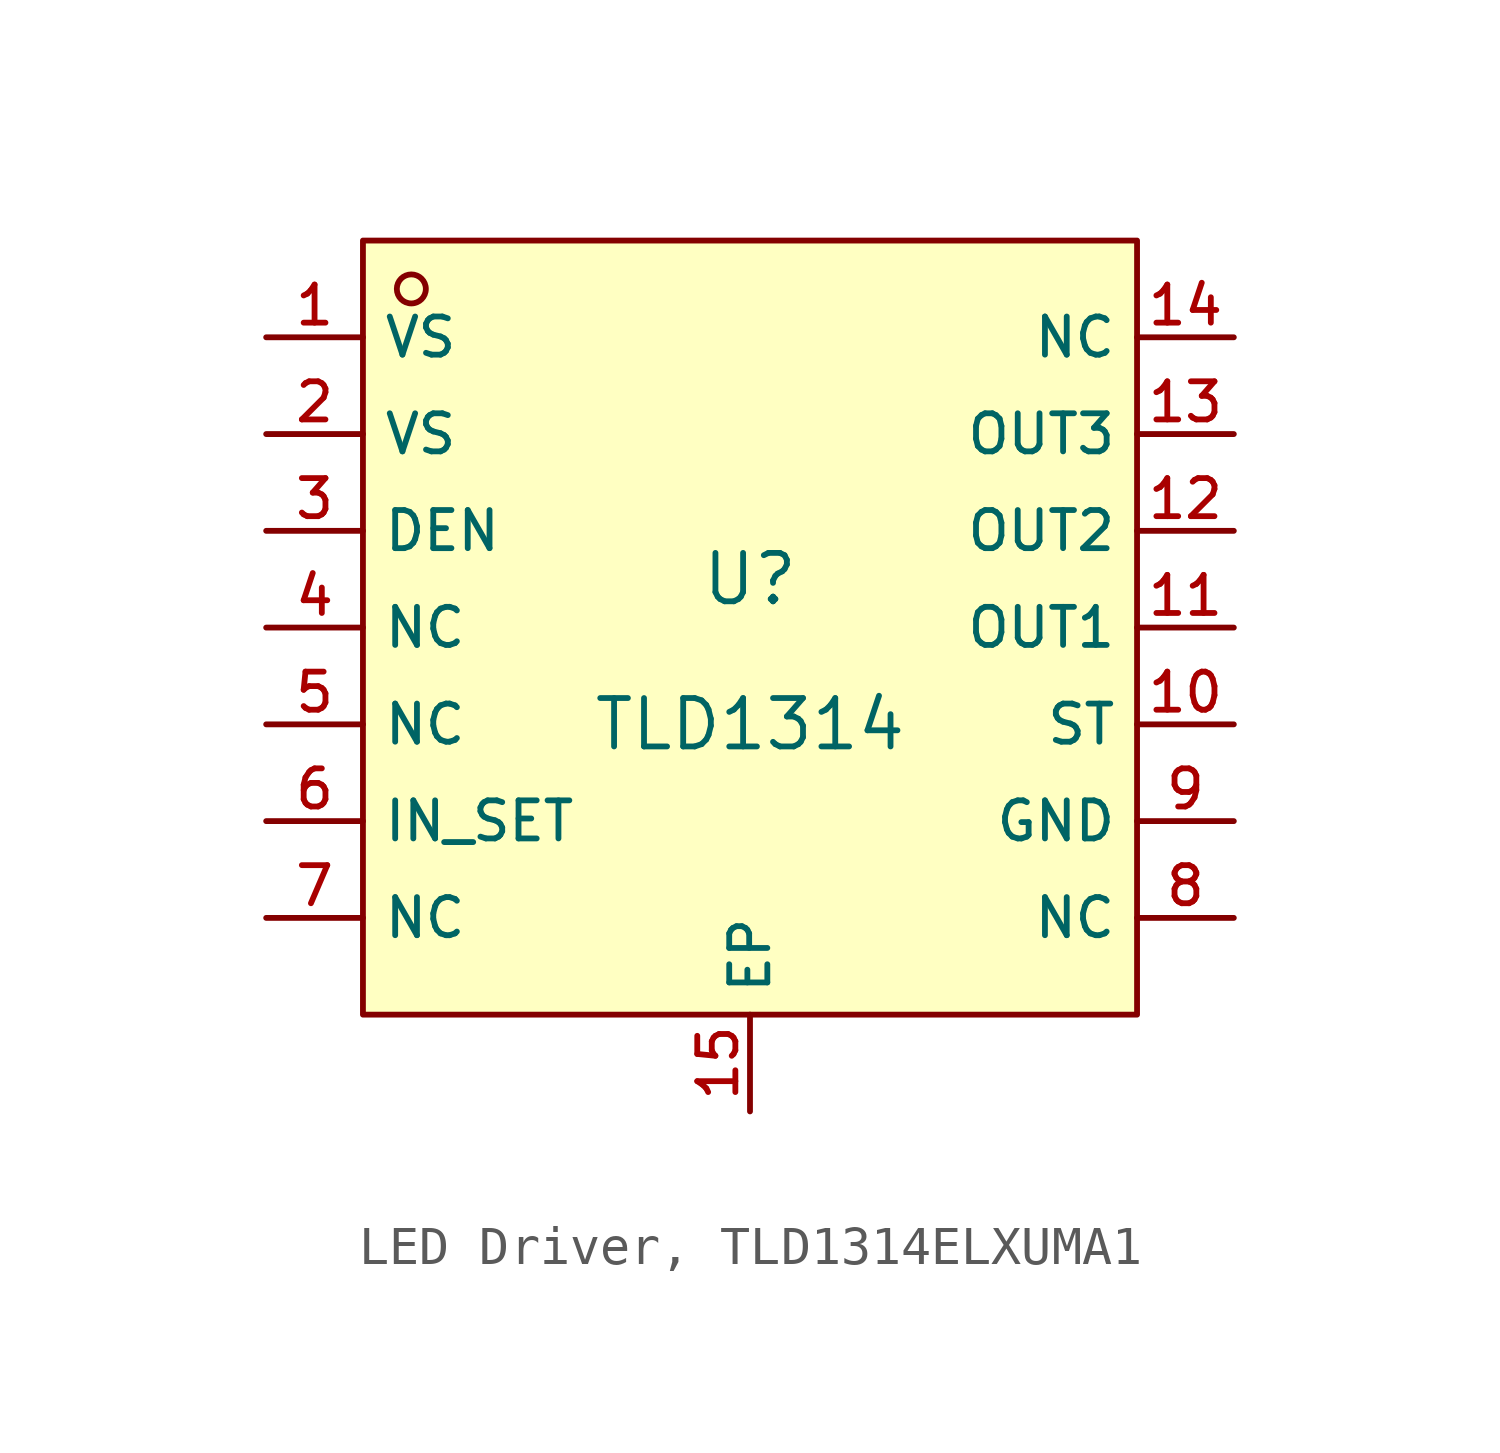
<source format=kicad_sym>
(kicad_symbol_lib
  (version 20231120)
  (generator "CDFER_Archive_Tool")
  (generator_version "0.0")
  (symbol "LED Driver, TLD1314ELXUMA1"
    (property "Reference" "U"
      (at 0 1.27 0)
      (effects (font (size 1.27 1.27))))
    (property "Value" "TLD1314"
      (at 0 -2.54 0)
      (effects (font (size 1.27 1.27))))
    (symbol "LED Driver, TLD1314ELXUMA1_0_1"
      (rectangle (start -10.16 10.16) (end 10.16 -10.16) (stroke (width 0) (type default)) (fill (type background)))
      (circle (center -8.89 8.89) (radius 0.381) (stroke (width 0) (type default)) (fill (type background)))
      (pin unspecified line (at -12.7 7.62 0) (length 2.54) (name "VS" (effects (font (size 1 1)))) (number "1" (effects (font (size 1 1)))))
      (pin unspecified line (at 12.7 -2.54 180) (length 2.54) (name "ST" (effects (font (size 1 1)))) (number "10" (effects (font (size 1 1)))))
      (pin unspecified line (at 12.7 0 180) (length 2.54) (name "OUT1" (effects (font (size 1 1)))) (number "11" (effects (font (size 1 1)))))
      (pin unspecified line (at 12.7 2.54 180) (length 2.54) (name "OUT2" (effects (font (size 1 1)))) (number "12" (effects (font (size 1 1)))))
      (pin unspecified line (at 12.7 5.08 180) (length 2.54) (name "OUT3" (effects (font (size 1 1)))) (number "13" (effects (font (size 1 1)))))
      (pin unspecified line (at 12.7 7.62 180) (length 2.54) (name "NC" (effects (font (size 1 1)))) (number "14" (effects (font (size 1 1)))))
      (pin unspecified line (at 0 -12.7 90) (length 2.54) (name "EP" (effects (font (size 1 1)))) (number "15" (effects (font (size 1 1)))))
      (pin unspecified line (at -12.7 5.08 0) (length 2.54) (name "VS" (effects (font (size 1 1)))) (number "2" (effects (font (size 1 1)))))
      (pin unspecified line (at -12.7 2.54 0) (length 2.54) (name "DEN" (effects (font (size 1 1)))) (number "3" (effects (font (size 1 1)))))
      (pin unspecified line (at -12.7 0 0) (length 2.54) (name "NC" (effects (font (size 1 1)))) (number "4" (effects (font (size 1 1)))))
      (pin unspecified line (at -12.7 -2.54 0) (length 2.54) (name "NC" (effects (font (size 1 1)))) (number "5" (effects (font (size 1 1)))))
      (pin unspecified line (at -12.7 -5.08 0) (length 2.54) (name "IN_SET" (effects (font (size 1 1)))) (number "6" (effects (font (size 1 1)))))
      (pin unspecified line (at -12.7 -7.62 0) (length 2.54) (name "NC" (effects (font (size 1 1)))) (number "7" (effects (font (size 1 1)))))
      (pin unspecified line (at 12.7 -7.62 180) (length 2.54) (name "NC" (effects (font (size 1 1)))) (number "8" (effects (font (size 1 1)))))
      (pin unspecified line (at 12.7 -5.08 180) (length 2.54) (name "GND" (effects (font (size 1 1)))) (number "9" (effects (font (size 1 1))))))))
</source>
